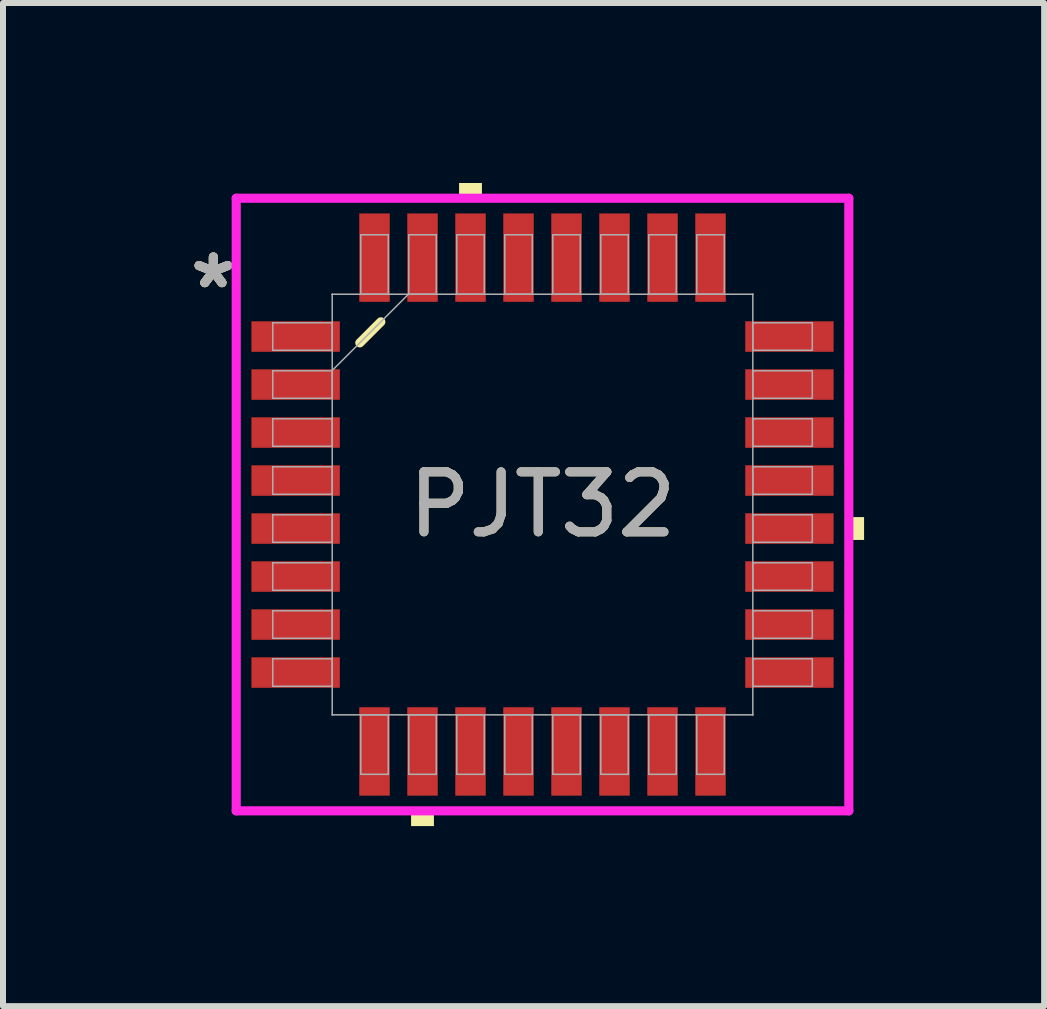
<source format=kicad_pcb>
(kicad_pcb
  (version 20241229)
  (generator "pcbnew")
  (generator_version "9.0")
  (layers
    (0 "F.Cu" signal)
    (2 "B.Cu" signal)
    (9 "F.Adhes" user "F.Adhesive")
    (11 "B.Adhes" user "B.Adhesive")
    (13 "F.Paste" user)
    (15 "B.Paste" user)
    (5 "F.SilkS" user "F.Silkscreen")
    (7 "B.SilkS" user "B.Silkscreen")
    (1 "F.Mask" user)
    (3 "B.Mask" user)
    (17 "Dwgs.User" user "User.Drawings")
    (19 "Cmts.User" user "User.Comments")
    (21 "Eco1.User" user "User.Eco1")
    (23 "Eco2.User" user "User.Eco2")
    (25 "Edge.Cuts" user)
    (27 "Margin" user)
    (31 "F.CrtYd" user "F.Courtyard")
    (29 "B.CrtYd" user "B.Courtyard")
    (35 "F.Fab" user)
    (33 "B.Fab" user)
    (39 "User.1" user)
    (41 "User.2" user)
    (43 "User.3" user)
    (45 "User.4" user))
  (footprint "PJT32"
    (layer "F.Cu")
    (at 5.992 5.359)
    (property "Reference" "PJT32" (at 0 0 0) (unlocked yes) (layer "F.SilkS") (effects (font (size 1 1) (thickness 0.15))))
    (attr smd)
    (fp_line (start -3.045 -2.695) (end -2.695 -3.045) (stroke (width 0.152) (type solid)) (layer "F.SilkS"))
    (fp_poly (pts (xy -2.191 5.105) (xy -2.191 5.359) (xy -1.81 5.359) (xy -1.81 5.105)) (stroke (width 0) (type solid)) (fill yes) (layer "F.SilkS"))
    (fp_poly (pts (xy -1.391 -5.105) (xy -1.391 -5.359) (xy -1.01 -5.359) (xy -1.01 -5.105)) (stroke (width 0) (type solid)) (fill yes) (layer "F.SilkS"))
    (fp_poly (pts (xy 5.359 0.209) (xy 5.359 0.59) (xy 5.105 0.59) (xy 5.105 0.209)) (stroke (width 0) (type solid)) (fill yes) (layer "F.SilkS"))
    (fp_line (start -5.105 -5.105) (end 5.105 -5.105) (stroke (width 0.152) (type solid)) (layer "F.CrtYd"))
    (fp_line (start -5.105 5.105) (end -5.105 -5.105) (stroke (width 0.152) (type solid)) (layer "F.CrtYd"))
    (fp_line (start 5.105 -5.105) (end 5.105 5.105) (stroke (width 0.152) (type solid)) (layer "F.CrtYd"))
    (fp_line (start 5.105 5.105) (end -5.105 5.105) (stroke (width 0.152) (type solid)) (layer "F.CrtYd"))
    (fp_line (start -4.496 -3.029) (end -4.496 -2.571) (stroke (width 0.025) (type solid)) (layer "F.Fab"))
    (fp_line (start -4.496 -2.571) (end -3.505 -2.571) (stroke (width 0.025) (type solid)) (layer "F.Fab"))
    (fp_line (start -4.496 -2.229) (end -4.496 -1.771) (stroke (width 0.025) (type solid)) (layer "F.Fab"))
    (fp_line (start -4.496 -1.771) (end -3.505 -1.771) (stroke (width 0.025) (type solid)) (layer "F.Fab"))
    (fp_line (start -4.496 -1.429) (end -4.496 -0.971) (stroke (width 0.025) (type solid)) (layer "F.Fab"))
    (fp_line (start -4.496 -0.971) (end -3.505 -0.971) (stroke (width 0.025) (type solid)) (layer "F.Fab"))
    (fp_line (start -4.496 -0.629) (end -4.496 -0.171) (stroke (width 0.025) (type solid)) (layer "F.Fab"))
    (fp_line (start -4.496 -0.171) (end -3.505 -0.171) (stroke (width 0.025) (type solid)) (layer "F.Fab"))
    (fp_line (start -4.496 0.171) (end -4.496 0.629) (stroke (width 0.025) (type solid)) (layer "F.Fab"))
    (fp_line (start -4.496 0.629) (end -3.505 0.629) (stroke (width 0.025) (type solid)) (layer "F.Fab"))
    (fp_line (start -4.496 0.971) (end -4.496 1.429) (stroke (width 0.025) (type solid)) (layer "F.Fab"))
    (fp_line (start -4.496 1.429) (end -3.505 1.429) (stroke (width 0.025) (type solid)) (layer "F.Fab"))
    (fp_line (start -4.496 1.771) (end -4.496 2.229) (stroke (width 0.025) (type solid)) (layer "F.Fab"))
    (fp_line (start -4.496 2.229) (end -3.505 2.229) (stroke (width 0.025) (type solid)) (layer "F.Fab"))
    (fp_line (start -4.496 2.571) (end -4.496 3.029) (stroke (width 0.025) (type solid)) (layer "F.Fab"))
    (fp_line (start -4.496 3.029) (end -3.505 3.029) (stroke (width 0.025) (type solid)) (layer "F.Fab"))
    (fp_line (start -3.505 -3.505) (end -3.505 -3.505) (stroke (width 0.025) (type solid)) (layer "F.Fab"))
    (fp_line (start -3.505 -3.505) (end -3.505 3.505) (stroke (width 0.025) (type solid)) (layer "F.Fab"))
    (fp_line (start -3.505 -3.029) (end -4.496 -3.029) (stroke (width 0.025) (type solid)) (layer "F.Fab"))
    (fp_line (start -3.505 -2.571) (end -3.505 -3.029) (stroke (width 0.025) (type solid)) (layer "F.Fab"))
    (fp_line (start -3.505 -2.235) (end -2.235 -3.505) (stroke (width 0.025) (type solid)) (layer "F.Fab"))
    (fp_line (start -3.505 -2.229) (end -4.496 -2.229) (stroke (width 0.025) (type solid)) (layer "F.Fab"))
    (fp_line (start -3.505 -1.771) (end -3.505 -2.229) (stroke (width 0.025) (type solid)) (layer "F.Fab"))
    (fp_line (start -3.505 -1.429) (end -4.496 -1.429) (stroke (width 0.025) (type solid)) (layer "F.Fab"))
    (fp_line (start -3.505 -0.971) (end -3.505 -1.429) (stroke (width 0.025) (type solid)) (layer "F.Fab"))
    (fp_line (start -3.505 -0.629) (end -4.496 -0.629) (stroke (width 0.025) (type solid)) (layer "F.Fab"))
    (fp_line (start -3.505 -0.171) (end -3.505 -0.629) (stroke (width 0.025) (type solid)) (layer "F.Fab"))
    (fp_line (start -3.505 0.171) (end -4.496 0.171) (stroke (width 0.025) (type solid)) (layer "F.Fab"))
    (fp_line (start -3.505 0.629) (end -3.505 0.171) (stroke (width 0.025) (type solid)) (layer "F.Fab"))
    (fp_line (start -3.505 0.971) (end -4.496 0.971) (stroke (width 0.025) (type solid)) (layer "F.Fab"))
    (fp_line (start -3.505 1.429) (end -3.505 0.971) (stroke (width 0.025) (type solid)) (layer "F.Fab"))
    (fp_line (start -3.505 1.771) (end -4.496 1.771) (stroke (width 0.025) (type solid)) (layer "F.Fab"))
    (fp_line (start -3.505 2.229) (end -3.505 1.771) (stroke (width 0.025) (type solid)) (layer "F.Fab"))
    (fp_line (start -3.505 2.571) (end -4.496 2.571) (stroke (width 0.025) (type solid)) (layer "F.Fab"))
    (fp_line (start -3.505 3.029) (end -3.505 2.571) (stroke (width 0.025) (type solid)) (layer "F.Fab"))
    (fp_line (start -3.505 3.505) (end -3.505 3.505) (stroke (width 0.025) (type solid)) (layer "F.Fab"))
    (fp_line (start -3.505 3.505) (end 3.505 3.505) (stroke (width 0.025) (type solid)) (layer "F.Fab"))
    (fp_line (start -3.029 -4.496) (end -3.029 -3.505) (stroke (width 0.025) (type solid)) (layer "F.Fab"))
    (fp_line (start -3.029 -3.505) (end -2.571 -3.505) (stroke (width 0.025) (type solid)) (layer "F.Fab"))
    (fp_line (start -3.029 3.505) (end -3.029 4.496) (stroke (width 0.025) (type solid)) (layer "F.Fab"))
    (fp_line (start -3.029 4.496) (end -2.571 4.496) (stroke (width 0.025) (type solid)) (layer "F.Fab"))
    (fp_line (start -2.571 -4.496) (end -3.029 -4.496) (stroke (width 0.025) (type solid)) (layer "F.Fab"))
    (fp_line (start -2.571 -3.505) (end -2.571 -4.496) (stroke (width 0.025) (type solid)) (layer "F.Fab"))
    (fp_line (start -2.571 3.505) (end -3.029 3.505) (stroke (width 0.025) (type solid)) (layer "F.Fab"))
    (fp_line (start -2.571 4.496) (end -2.571 3.505) (stroke (width 0.025) (type solid)) (layer "F.Fab"))
    (fp_line (start -2.229 -4.496) (end -2.229 -3.505) (stroke (width 0.025) (type solid)) (layer "F.Fab"))
    (fp_line (start -2.229 -3.505) (end -1.771 -3.505) (stroke (width 0.025) (type solid)) (layer "F.Fab"))
    (fp_line (start -2.229 3.505) (end -2.229 4.496) (stroke (width 0.025) (type solid)) (layer "F.Fab"))
    (fp_line (start -2.229 4.496) (end -1.771 4.496) (stroke (width 0.025) (type solid)) (layer "F.Fab"))
    (fp_line (start -1.771 -4.496) (end -2.229 -4.496) (stroke (width 0.025) (type solid)) (layer "F.Fab"))
    (fp_line (start -1.771 -3.505) (end -1.771 -4.496) (stroke (width 0.025) (type solid)) (layer "F.Fab"))
    (fp_line (start -1.771 3.505) (end -2.229 3.505) (stroke (width 0.025) (type solid)) (layer "F.Fab"))
    (fp_line (start -1.771 4.496) (end -1.771 3.505) (stroke (width 0.025) (type solid)) (layer "F.Fab"))
    (fp_line (start -1.429 -4.496) (end -1.429 -3.505) (stroke (width 0.025) (type solid)) (layer "F.Fab"))
    (fp_line (start -1.429 -3.505) (end -0.971 -3.505) (stroke (width 0.025) (type solid)) (layer "F.Fab"))
    (fp_line (start -1.429 3.505) (end -1.429 4.496) (stroke (width 0.025) (type solid)) (layer "F.Fab"))
    (fp_line (start -1.429 4.496) (end -0.971 4.496) (stroke (width 0.025) (type solid)) (layer "F.Fab"))
    (fp_line (start -0.971 -4.496) (end -1.429 -4.496) (stroke (width 0.025) (type solid)) (layer "F.Fab"))
    (fp_line (start -0.971 -3.505) (end -0.971 -4.496) (stroke (width 0.025) (type solid)) (layer "F.Fab"))
    (fp_line (start -0.971 3.505) (end -1.429 3.505) (stroke (width 0.025) (type solid)) (layer "F.Fab"))
    (fp_line (start -0.971 4.496) (end -0.971 3.505) (stroke (width 0.025) (type solid)) (layer "F.Fab"))
    (fp_line (start -0.629 -4.496) (end -0.629 -3.505) (stroke (width 0.025) (type solid)) (layer "F.Fab"))
    (fp_line (start -0.629 -3.505) (end -0.171 -3.505) (stroke (width 0.025) (type solid)) (layer "F.Fab"))
    (fp_line (start -0.629 3.505) (end -0.629 4.496) (stroke (width 0.025) (type solid)) (layer "F.Fab"))
    (fp_line (start -0.629 4.496) (end -0.171 4.496) (stroke (width 0.025) (type solid)) (layer "F.Fab"))
    (fp_line (start -0.171 -4.496) (end -0.629 -4.496) (stroke (width 0.025) (type solid)) (layer "F.Fab"))
    (fp_line (start -0.171 -3.505) (end -0.171 -4.496) (stroke (width 0.025) (type solid)) (layer "F.Fab"))
    (fp_line (start -0.171 3.505) (end -0.629 3.505) (stroke (width 0.025) (type solid)) (layer "F.Fab"))
    (fp_line (start -0.171 4.496) (end -0.171 3.505) (stroke (width 0.025) (type solid)) (layer "F.Fab"))
    (fp_line (start 0.171 -4.496) (end 0.171 -3.505) (stroke (width 0.025) (type solid)) (layer "F.Fab"))
    (fp_line (start 0.171 -3.505) (end 0.629 -3.505) (stroke (width 0.025) (type solid)) (layer "F.Fab"))
    (fp_line (start 0.171 3.505) (end 0.171 4.496) (stroke (width 0.025) (type solid)) (layer "F.Fab"))
    (fp_line (start 0.171 4.496) (end 0.629 4.496) (stroke (width 0.025) (type solid)) (layer "F.Fab"))
    (fp_line (start 0.629 -4.496) (end 0.171 -4.496) (stroke (width 0.025) (type solid)) (layer "F.Fab"))
    (fp_line (start 0.629 -3.505) (end 0.629 -4.496) (stroke (width 0.025) (type solid)) (layer "F.Fab"))
    (fp_line (start 0.629 3.505) (end 0.171 3.505) (stroke (width 0.025) (type solid)) (layer "F.Fab"))
    (fp_line (start 0.629 4.496) (end 0.629 3.505) (stroke (width 0.025) (type solid)) (layer "F.Fab"))
    (fp_line (start 0.971 -4.496) (end 0.971 -3.505) (stroke (width 0.025) (type solid)) (layer "F.Fab"))
    (fp_line (start 0.971 -3.505) (end 1.429 -3.505) (stroke (width 0.025) (type solid)) (layer "F.Fab"))
    (fp_line (start 0.971 3.505) (end 0.971 4.496) (stroke (width 0.025) (type solid)) (layer "F.Fab"))
    (fp_line (start 0.971 4.496) (end 1.429 4.496) (stroke (width 0.025) (type solid)) (layer "F.Fab"))
    (fp_line (start 1.429 -4.496) (end 0.971 -4.496) (stroke (width 0.025) (type solid)) (layer "F.Fab"))
    (fp_line (start 1.429 -3.505) (end 1.429 -4.496) (stroke (width 0.025) (type solid)) (layer "F.Fab"))
    (fp_line (start 1.429 3.505) (end 0.971 3.505) (stroke (width 0.025) (type solid)) (layer "F.Fab"))
    (fp_line (start 1.429 4.496) (end 1.429 3.505) (stroke (width 0.025) (type solid)) (layer "F.Fab"))
    (fp_line (start 1.771 -4.496) (end 1.771 -3.505) (stroke (width 0.025) (type solid)) (layer "F.Fab"))
    (fp_line (start 1.771 -3.505) (end 2.229 -3.505) (stroke (width 0.025) (type solid)) (layer "F.Fab"))
    (fp_line (start 1.771 3.505) (end 1.771 4.496) (stroke (width 0.025) (type solid)) (layer "F.Fab"))
    (fp_line (start 1.771 4.496) (end 2.229 4.496) (stroke (width 0.025) (type solid)) (layer "F.Fab"))
    (fp_line (start 2.229 -4.496) (end 1.771 -4.496) (stroke (width 0.025) (type solid)) (layer "F.Fab"))
    (fp_line (start 2.229 -3.505) (end 2.229 -4.496) (stroke (width 0.025) (type solid)) (layer "F.Fab"))
    (fp_line (start 2.229 3.505) (end 1.771 3.505) (stroke (width 0.025) (type solid)) (layer "F.Fab"))
    (fp_line (start 2.229 4.496) (end 2.229 3.505) (stroke (width 0.025) (type solid)) (layer "F.Fab"))
    (fp_line (start 2.571 -4.496) (end 2.571 -3.505) (stroke (width 0.025) (type solid)) (layer "F.Fab"))
    (fp_line (start 2.571 -3.505) (end 3.029 -3.505) (stroke (width 0.025) (type solid)) (layer "F.Fab"))
    (fp_line (start 2.571 3.505) (end 2.571 4.496) (stroke (width 0.025) (type solid)) (layer "F.Fab"))
    (fp_line (start 2.571 4.496) (end 3.029 4.496) (stroke (width 0.025) (type solid)) (layer "F.Fab"))
    (fp_line (start 3.029 -4.496) (end 2.571 -4.496) (stroke (width 0.025) (type solid)) (layer "F.Fab"))
    (fp_line (start 3.029 -3.505) (end 3.029 -4.496) (stroke (width 0.025) (type solid)) (layer "F.Fab"))
    (fp_line (start 3.029 3.505) (end 2.571 3.505) (stroke (width 0.025) (type solid)) (layer "F.Fab"))
    (fp_line (start 3.029 4.496) (end 3.029 3.505) (stroke (width 0.025) (type solid)) (layer "F.Fab"))
    (fp_line (start 3.505 -3.505) (end -3.505 -3.505) (stroke (width 0.025) (type solid)) (layer "F.Fab"))
    (fp_line (start 3.505 -3.505) (end 3.505 -3.505) (stroke (width 0.025) (type solid)) (layer "F.Fab"))
    (fp_line (start 3.505 -3.029) (end 3.505 -2.571) (stroke (width 0.025) (type solid)) (layer "F.Fab"))
    (fp_line (start 3.505 -2.571) (end 4.496 -2.571) (stroke (width 0.025) (type solid)) (layer "F.Fab"))
    (fp_line (start 3.505 -2.229) (end 3.505 -1.771) (stroke (width 0.025) (type solid)) (layer "F.Fab"))
    (fp_line (start 3.505 -1.771) (end 4.496 -1.771) (stroke (width 0.025) (type solid)) (layer "F.Fab"))
    (fp_line (start 3.505 -1.429) (end 3.505 -0.971) (stroke (width 0.025) (type solid)) (layer "F.Fab"))
    (fp_line (start 3.505 -0.971) (end 4.496 -0.971) (stroke (width 0.025) (type solid)) (layer "F.Fab"))
    (fp_line (start 3.505 -0.629) (end 3.505 -0.171) (stroke (width 0.025) (type solid)) (layer "F.Fab"))
    (fp_line (start 3.505 -0.171) (end 4.496 -0.171) (stroke (width 0.025) (type solid)) (layer "F.Fab"))
    (fp_line (start 3.505 0.171) (end 3.505 0.629) (stroke (width 0.025) (type solid)) (layer "F.Fab"))
    (fp_line (start 3.505 0.629) (end 4.496 0.629) (stroke (width 0.025) (type solid)) (layer "F.Fab"))
    (fp_line (start 3.505 0.971) (end 3.505 1.429) (stroke (width 0.025) (type solid)) (layer "F.Fab"))
    (fp_line (start 3.505 1.429) (end 4.496 1.429) (stroke (width 0.025) (type solid)) (layer "F.Fab"))
    (fp_line (start 3.505 1.771) (end 3.505 2.229) (stroke (width 0.025) (type solid)) (layer "F.Fab"))
    (fp_line (start 3.505 2.229) (end 4.496 2.229) (stroke (width 0.025) (type solid)) (layer "F.Fab"))
    (fp_line (start 3.505 2.571) (end 3.505 3.029) (stroke (width 0.025) (type solid)) (layer "F.Fab"))
    (fp_line (start 3.505 3.029) (end 4.496 3.029) (stroke (width 0.025) (type solid)) (layer "F.Fab"))
    (fp_line (start 3.505 3.505) (end 3.505 -3.505) (stroke (width 0.025) (type solid)) (layer "F.Fab"))
    (fp_line (start 3.505 3.505) (end 3.505 3.505) (stroke (width 0.025) (type solid)) (layer "F.Fab"))
    (fp_line (start 4.496 -3.029) (end 3.505 -3.029) (stroke (width 0.025) (type solid)) (layer "F.Fab"))
    (fp_line (start 4.496 -2.571) (end 4.496 -3.029) (stroke (width 0.025) (type solid)) (layer "F.Fab"))
    (fp_line (start 4.496 -2.229) (end 3.505 -2.229) (stroke (width 0.025) (type solid)) (layer "F.Fab"))
    (fp_line (start 4.496 -1.771) (end 4.496 -2.229) (stroke (width 0.025) (type solid)) (layer "F.Fab"))
    (fp_line (start 4.496 -1.429) (end 3.505 -1.429) (stroke (width 0.025) (type solid)) (layer "F.Fab"))
    (fp_line (start 4.496 -0.971) (end 4.496 -1.429) (stroke (width 0.025) (type solid)) (layer "F.Fab"))
    (fp_line (start 4.496 -0.629) (end 3.505 -0.629) (stroke (width 0.025) (type solid)) (layer "F.Fab"))
    (fp_line (start 4.496 -0.171) (end 4.496 -0.629) (stroke (width 0.025) (type solid)) (layer "F.Fab"))
    (fp_line (start 4.496 0.171) (end 3.505 0.171) (stroke (width 0.025) (type solid)) (layer "F.Fab"))
    (fp_line (start 4.496 0.629) (end 4.496 0.171) (stroke (width 0.025) (type solid)) (layer "F.Fab"))
    (fp_line (start 4.496 0.971) (end 3.505 0.971) (stroke (width 0.025) (type solid)) (layer "F.Fab"))
    (fp_line (start 4.496 1.429) (end 4.496 0.971) (stroke (width 0.025) (type solid)) (layer "F.Fab"))
    (fp_line (start 4.496 1.771) (end 3.505 1.771) (stroke (width 0.025) (type solid)) (layer "F.Fab"))
    (fp_line (start 4.496 2.229) (end 4.496 1.771) (stroke (width 0.025) (type solid)) (layer "F.Fab"))
    (fp_line (start 4.496 2.571) (end 3.505 2.571) (stroke (width 0.025) (type solid)) (layer "F.Fab"))
    (fp_line (start 4.496 3.029) (end 4.496 2.571) (stroke (width 0.025) (type solid)) (layer "F.Fab"))
    (fp_text user "*" (at -5.486 -3.581 0) (layer "F.SilkS") (effects (font (size 1 1) (thickness 0.15))))
    (fp_text user "*" (at -5.486 -3.581 0) (unlocked yes) (layer "F.SilkS") (effects (font (size 1 1) (thickness 0.15))))
    (fp_text user "${REFERENCE}" (at 0 0 0) (unlocked yes) (layer "F.Fab") (effects (font (size 1 1) (thickness 0.15))))
    (fp_text user "*" (at -5.486 -3.581 0) (unlocked yes) (layer "F.Fab") (effects (font (size 1 1) (thickness 0.15))))
    (fp_text user "*" (at -5.486 -3.581 0) (layer "F.Fab") (effects (font (size 1 1) (thickness 0.15))))
    (pad "1" smd rect (at -4.115 -2.8 90) (size 0.508 1.473) (layers "F.Cu" "F.Mask" "F.Paste"))
    (pad "2" smd rect (at -4.115 -2 90) (size 0.508 1.473) (layers "F.Cu" "F.Mask" "F.Paste"))
    (pad "3" smd rect (at -4.115 -1.2 90) (size 0.508 1.473) (layers "F.Cu" "F.Mask" "F.Paste"))
    (pad "4" smd rect (at -4.115 -0.4 90) (size 0.508 1.473) (layers "F.Cu" "F.Mask" "F.Paste"))
    (pad "5" smd rect (at -4.115 0.4 90) (size 0.508 1.473) (layers "F.Cu" "F.Mask" "F.Paste"))
    (pad "6" smd rect (at -4.115 1.2 90) (size 0.508 1.473) (layers "F.Cu" "F.Mask" "F.Paste"))
    (pad "7" smd rect (at -4.115 2 90) (size 0.508 1.473) (layers "F.Cu" "F.Mask" "F.Paste"))
    (pad "8" smd rect (at -4.115 2.8 90) (size 0.508 1.473) (layers "F.Cu" "F.Mask" "F.Paste"))
    (pad "9" smd rect (at -2.8 4.115) (size 0.508 1.473) (layers "F.Cu" "F.Mask" "F.Paste"))
    (pad "10" smd rect (at -2 4.115) (size 0.508 1.473) (layers "F.Cu" "F.Mask" "F.Paste"))
    (pad "11" smd rect (at -1.2 4.115) (size 0.508 1.473) (layers "F.Cu" "F.Mask" "F.Paste"))
    (pad "12" smd rect (at -0.4 4.115) (size 0.508 1.473) (layers "F.Cu" "F.Mask" "F.Paste"))
    (pad "13" smd rect (at 0.4 4.115) (size 0.508 1.473) (layers "F.Cu" "F.Mask" "F.Paste"))
    (pad "14" smd rect (at 1.2 4.115) (size 0.508 1.473) (layers "F.Cu" "F.Mask" "F.Paste"))
    (pad "15" smd rect (at 2 4.115) (size 0.508 1.473) (layers "F.Cu" "F.Mask" "F.Paste"))
    (pad "16" smd rect (at 2.8 4.115) (size 0.508 1.473) (layers "F.Cu" "F.Mask" "F.Paste"))
    (pad "17" smd rect (at 4.115 2.8 90) (size 0.508 1.473) (layers "F.Cu" "F.Mask" "F.Paste"))
    (pad "18" smd rect (at 4.115 2 90) (size 0.508 1.473) (layers "F.Cu" "F.Mask" "F.Paste"))
    (pad "19" smd rect (at 4.115 1.2 90) (size 0.508 1.473) (layers "F.Cu" "F.Mask" "F.Paste"))
    (pad "20" smd rect (at 4.115 0.4 90) (size 0.508 1.473) (layers "F.Cu" "F.Mask" "F.Paste"))
    (pad "21" smd rect (at 4.115 -0.4 90) (size 0.508 1.473) (layers "F.Cu" "F.Mask" "F.Paste"))
    (pad "22" smd rect (at 4.115 -1.2 90) (size 0.508 1.473) (layers "F.Cu" "F.Mask" "F.Paste"))
    (pad "23" smd rect (at 4.115 -2 90) (size 0.508 1.473) (layers "F.Cu" "F.Mask" "F.Paste"))
    (pad "24" smd rect (at 4.115 -2.8 90) (size 0.508 1.473) (layers "F.Cu" "F.Mask" "F.Paste"))
    (pad "25" smd rect (at 2.8 -4.115) (size 0.508 1.473) (layers "F.Cu" "F.Mask" "F.Paste"))
    (pad "26" smd rect (at 2 -4.115) (size 0.508 1.473) (layers "F.Cu" "F.Mask" "F.Paste"))
    (pad "27" smd rect (at 1.2 -4.115) (size 0.508 1.473) (layers "F.Cu" "F.Mask" "F.Paste"))
    (pad "28" smd rect (at 0.4 -4.115) (size 0.508 1.473) (layers "F.Cu" "F.Mask" "F.Paste"))
    (pad "29" smd rect (at -0.4 -4.115) (size 0.508 1.473) (layers "F.Cu" "F.Mask" "F.Paste"))
    (pad "30" smd rect (at -1.2 -4.115) (size 0.508 1.473) (layers "F.Cu" "F.Mask" "F.Paste"))
    (pad "31" smd rect (at -2 -4.115) (size 0.508 1.473) (layers "F.Cu" "F.Mask" "F.Paste"))
    (pad "32" smd rect (at -2.8 -4.115) (size 0.508 1.473) (layers "F.Cu" "F.Mask" "F.Paste")))
  (gr_rect
    (start -3 -3)
    (end 14.352 13.719)
    (stroke (width 0.1) (type default))
    (fill no)
    (layer "Edge.Cuts")))
</source>
